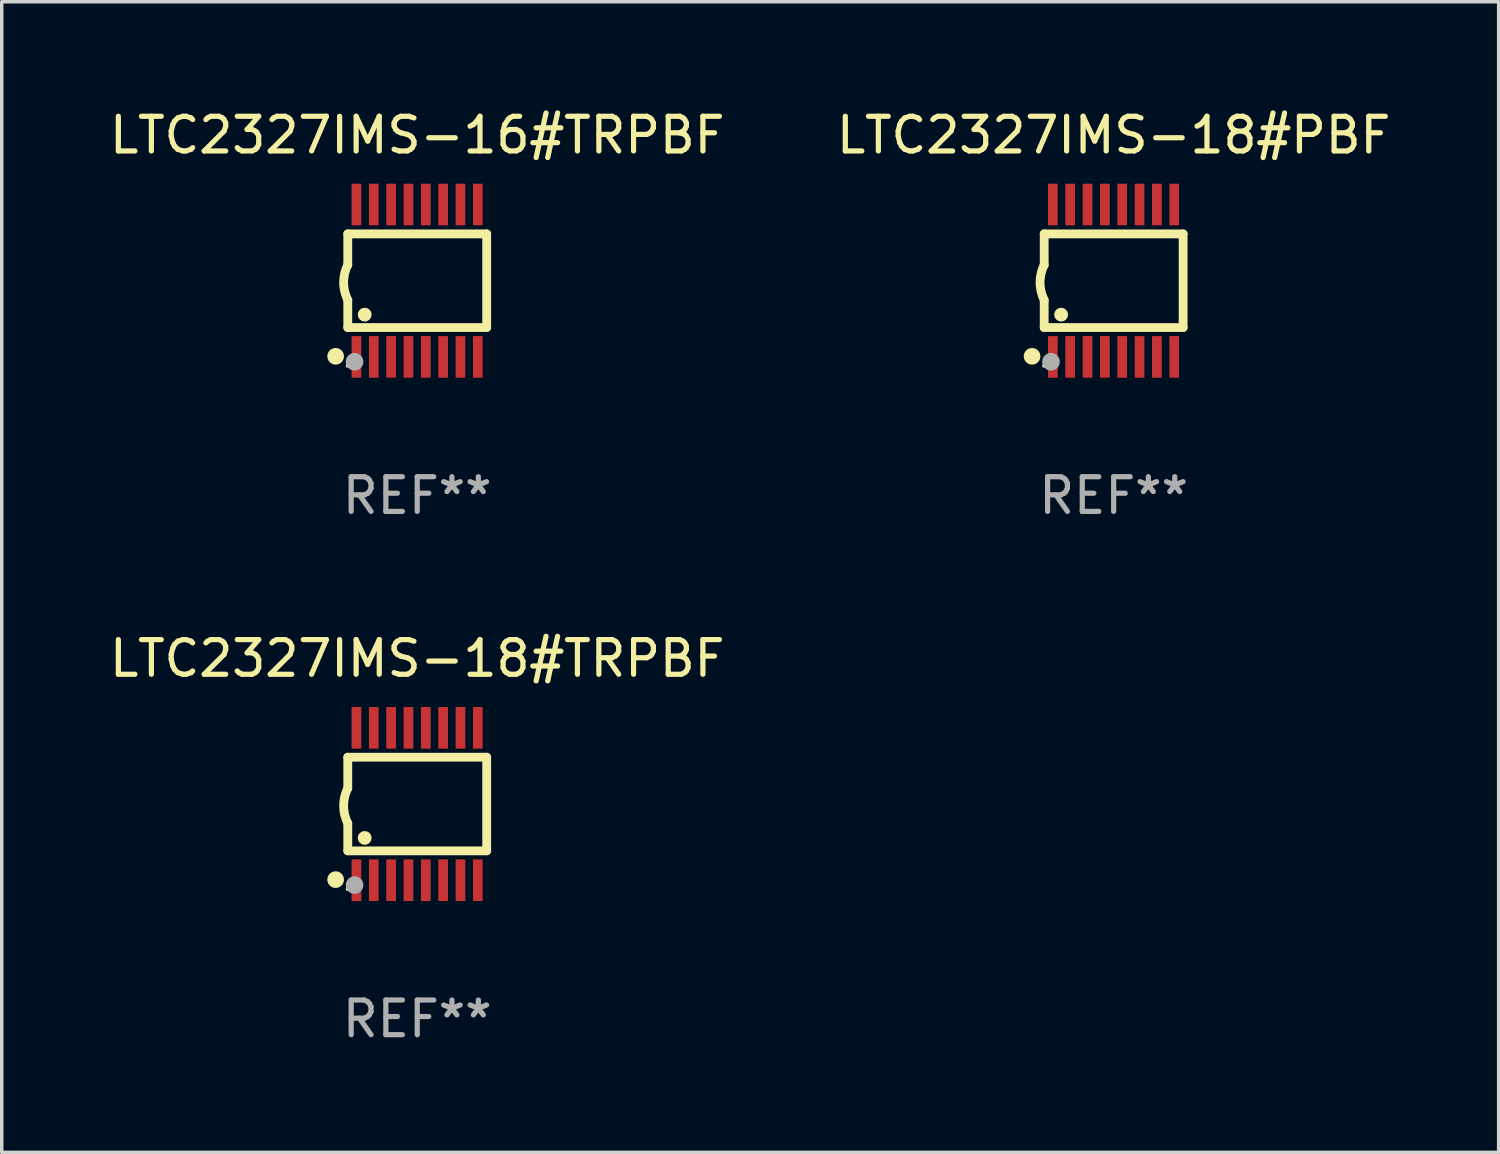
<source format=kicad_pcb>
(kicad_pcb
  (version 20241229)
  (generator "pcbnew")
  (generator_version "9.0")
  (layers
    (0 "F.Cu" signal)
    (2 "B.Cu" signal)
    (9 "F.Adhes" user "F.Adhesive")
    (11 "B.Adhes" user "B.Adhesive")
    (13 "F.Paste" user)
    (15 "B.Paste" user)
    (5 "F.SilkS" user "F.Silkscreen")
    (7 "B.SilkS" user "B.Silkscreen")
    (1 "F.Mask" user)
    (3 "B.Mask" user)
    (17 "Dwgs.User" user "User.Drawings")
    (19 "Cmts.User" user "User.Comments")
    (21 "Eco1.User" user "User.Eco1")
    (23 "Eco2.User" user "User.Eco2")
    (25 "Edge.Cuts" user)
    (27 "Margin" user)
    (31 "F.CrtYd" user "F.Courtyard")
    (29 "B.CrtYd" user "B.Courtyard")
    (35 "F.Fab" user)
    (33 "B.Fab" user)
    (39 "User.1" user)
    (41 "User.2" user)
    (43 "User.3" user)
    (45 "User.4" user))
  (footprint "LTC2327IMS-18#TRPBF"
    (layer "F.Cu")
    (at 8.982 20.136)
    (property "Reference" "LTC2327IMS-18#TRPBF" (at 0 -4.197 0) (layer "F.SilkS") (effects (font (size 1 1) (thickness 0.15))))
    (attr through_hole)
    (fp_line (start -2.003 -1.35) (end -2.003 -0.457) (stroke (width 0.254) (type solid)) (layer "F.SilkS"))
    (fp_line (start -2.003 -1.35) (end 2.003 -1.35) (stroke (width 0.254) (type solid)) (layer "F.SilkS"))
    (fp_line (start -2.003 1.35) (end -2.003 0.559) (stroke (width 0.254) (type solid)) (layer "F.SilkS"))
    (fp_line (start -2.003 1.35) (end 2.003 1.35) (stroke (width 0.254) (type solid)) (layer "F.SilkS"))
    (fp_line (start 2.003 -1.35) (end 2.003 1.35) (stroke (width 0.254) (type solid)) (layer "F.SilkS"))
    (fp_arc (start -2.002286 0.558802) (mid -2.122556 0.05092) (end -2.003302 -0.457201) (stroke (width 0.254001) (type solid)) (layer "F.SilkS"))
    (fp_circle (center -2.353 2.18) (end -2.233 2.18) (stroke (width 0.24) (type solid)) (fill no) (layer "F.SilkS"))
    (fp_circle (center -2.003 2.45) (end -1.973 2.45) (stroke (width 0.06) (type solid)) (fill no) (layer "F.SilkS"))
    (fp_circle (center -1.515 0.978) (end -1.415 0.978) (stroke (width 0.2) (type solid)) (fill no) (layer "F.SilkS"))
    (fp_circle (center -1.807 2.337) (end -1.68 2.337) (stroke (width 0.254) (type solid)) (fill no) (layer "F.Fab"))
    (fp_text user "REF**" (at 0 6.197 0) (layer "F.Fab") (effects (font (size 1 1) (thickness 0.15))))
    (pad "1" smd rect (at -1.753 2.197 90) (size 1.2 0.28) (layers "F.Cu" "F.Mask" "F.Paste"))
    (pad "2" smd rect (at -1.253 2.197 90) (size 1.2 0.28) (layers "F.Cu" "F.Mask" "F.Paste"))
    (pad "3" smd rect (at -0.753 2.197 90) (size 1.2 0.28) (layers "F.Cu" "F.Mask" "F.Paste"))
    (pad "4" smd rect (at -0.253 2.197 90) (size 1.2 0.28) (layers "F.Cu" "F.Mask" "F.Paste"))
    (pad "5" smd rect (at 0.247 2.197 90) (size 1.2 0.28) (layers "F.Cu" "F.Mask" "F.Paste"))
    (pad "6" smd rect (at 0.747 2.197 90) (size 1.2 0.28) (layers "F.Cu" "F.Mask" "F.Paste"))
    (pad "7" smd rect (at 1.247 2.197 90) (size 1.2 0.28) (layers "F.Cu" "F.Mask" "F.Paste"))
    (pad "8" smd rect (at 1.747 2.197 90) (size 1.2 0.28) (layers "F.Cu" "F.Mask" "F.Paste"))
    (pad "9" smd rect (at 1.747 -2.197 90) (size 1.2 0.28) (layers "F.Cu" "F.Mask" "F.Paste"))
    (pad "10" smd rect (at 1.247 -2.197 90) (size 1.2 0.28) (layers "F.Cu" "F.Mask" "F.Paste"))
    (pad "11" smd rect (at 0.747 -2.197 90) (size 1.2 0.28) (layers "F.Cu" "F.Mask" "F.Paste"))
    (pad "12" smd rect (at 0.247 -2.197 90) (size 1.2 0.28) (layers "F.Cu" "F.Mask" "F.Paste"))
    (pad "13" smd rect (at -0.253 -2.197 90) (size 1.2 0.28) (layers "F.Cu" "F.Mask" "F.Paste"))
    (pad "14" smd rect (at -0.753 -2.197 90) (size 1.2 0.28) (layers "F.Cu" "F.Mask" "F.Paste"))
    (pad "15" smd rect (at -1.253 -2.197 90) (size 1.2 0.28) (layers "F.Cu" "F.Mask" "F.Paste"))
    (pad "16" smd rect (at -1.753 -2.197 90) (size 1.2 0.28) (layers "F.Cu" "F.Mask" "F.Paste")))
  (footprint "LTC2327IMS-16#TRPBF"
    (layer "F.Cu")
    (at 8.982 5.045)
    (property "Reference" "LTC2327IMS-16#TRPBF" (at 0 -4.197 0) (layer "F.SilkS") (effects (font (size 1 1) (thickness 0.15))))
    (attr through_hole)
    (fp_line (start -2.003 -1.35) (end -2.003 -0.457) (stroke (width 0.254) (type solid)) (layer "F.SilkS"))
    (fp_line (start -2.003 -1.35) (end 2.003 -1.35) (stroke (width 0.254) (type solid)) (layer "F.SilkS"))
    (fp_line (start -2.003 1.35) (end -2.003 0.559) (stroke (width 0.254) (type solid)) (layer "F.SilkS"))
    (fp_line (start -2.003 1.35) (end 2.003 1.35) (stroke (width 0.254) (type solid)) (layer "F.SilkS"))
    (fp_line (start 2.003 -1.35) (end 2.003 1.35) (stroke (width 0.254) (type solid)) (layer "F.SilkS"))
    (fp_arc (start -2.002286 0.558802) (mid -2.122556 0.05092) (end -2.003302 -0.457201) (stroke (width 0.254001) (type solid)) (layer "F.SilkS"))
    (fp_circle (center -2.353 2.18) (end -2.233 2.18) (stroke (width 0.24) (type solid)) (fill no) (layer "F.SilkS"))
    (fp_circle (center -2.003 2.45) (end -1.973 2.45) (stroke (width 0.06) (type solid)) (fill no) (layer "F.SilkS"))
    (fp_circle (center -1.515 0.978) (end -1.415 0.978) (stroke (width 0.2) (type solid)) (fill no) (layer "F.SilkS"))
    (fp_circle (center -1.807 2.337) (end -1.68 2.337) (stroke (width 0.254) (type solid)) (fill no) (layer "F.Fab"))
    (fp_text user "REF**" (at 0 6.197 0) (layer "F.Fab") (effects (font (size 1 1) (thickness 0.15))))
    (pad "1" smd rect (at -1.753 2.197 90) (size 1.2 0.28) (layers "F.Cu" "F.Mask" "F.Paste"))
    (pad "2" smd rect (at -1.253 2.197 90) (size 1.2 0.28) (layers "F.Cu" "F.Mask" "F.Paste"))
    (pad "3" smd rect (at -0.753 2.197 90) (size 1.2 0.28) (layers "F.Cu" "F.Mask" "F.Paste"))
    (pad "4" smd rect (at -0.253 2.197 90) (size 1.2 0.28) (layers "F.Cu" "F.Mask" "F.Paste"))
    (pad "5" smd rect (at 0.247 2.197 90) (size 1.2 0.28) (layers "F.Cu" "F.Mask" "F.Paste"))
    (pad "6" smd rect (at 0.747 2.197 90) (size 1.2 0.28) (layers "F.Cu" "F.Mask" "F.Paste"))
    (pad "7" smd rect (at 1.247 2.197 90) (size 1.2 0.28) (layers "F.Cu" "F.Mask" "F.Paste"))
    (pad "8" smd rect (at 1.747 2.197 90) (size 1.2 0.28) (layers "F.Cu" "F.Mask" "F.Paste"))
    (pad "9" smd rect (at 1.747 -2.197 90) (size 1.2 0.28) (layers "F.Cu" "F.Mask" "F.Paste"))
    (pad "10" smd rect (at 1.247 -2.197 90) (size 1.2 0.28) (layers "F.Cu" "F.Mask" "F.Paste"))
    (pad "11" smd rect (at 0.747 -2.197 90) (size 1.2 0.28) (layers "F.Cu" "F.Mask" "F.Paste"))
    (pad "12" smd rect (at 0.247 -2.197 90) (size 1.2 0.28) (layers "F.Cu" "F.Mask" "F.Paste"))
    (pad "13" smd rect (at -0.253 -2.197 90) (size 1.2 0.28) (layers "F.Cu" "F.Mask" "F.Paste"))
    (pad "14" smd rect (at -0.753 -2.197 90) (size 1.2 0.28) (layers "F.Cu" "F.Mask" "F.Paste"))
    (pad "15" smd rect (at -1.253 -2.197 90) (size 1.2 0.28) (layers "F.Cu" "F.Mask" "F.Paste"))
    (pad "16" smd rect (at -1.753 -2.197 90) (size 1.2 0.28) (layers "F.Cu" "F.Mask" "F.Paste")))
  (footprint "LTC2327IMS-18#PBF"
    (layer "F.Cu")
    (at 29.065 5.045)
    (property "Reference" "LTC2327IMS-18#PBF" (at 0 -4.197 0) (layer "F.SilkS") (effects (font (size 1 1) (thickness 0.15))))
    (attr through_hole)
    (fp_line (start -2.003 -1.35) (end -2.003 -0.457) (stroke (width 0.254) (type solid)) (layer "F.SilkS"))
    (fp_line (start -2.003 -1.35) (end 2.003 -1.35) (stroke (width 0.254) (type solid)) (layer "F.SilkS"))
    (fp_line (start -2.003 1.35) (end -2.003 0.559) (stroke (width 0.254) (type solid)) (layer "F.SilkS"))
    (fp_line (start -2.003 1.35) (end 2.003 1.35) (stroke (width 0.254) (type solid)) (layer "F.SilkS"))
    (fp_line (start 2.003 -1.35) (end 2.003 1.35) (stroke (width 0.254) (type solid)) (layer "F.SilkS"))
    (fp_arc (start -2.002286 0.558802) (mid -2.122556 0.05092) (end -2.003302 -0.457201) (stroke (width 0.254001) (type solid)) (layer "F.SilkS"))
    (fp_circle (center -2.353 2.18) (end -2.233 2.18) (stroke (width 0.24) (type solid)) (fill no) (layer "F.SilkS"))
    (fp_circle (center -2.003 2.45) (end -1.973 2.45) (stroke (width 0.06) (type solid)) (fill no) (layer "F.SilkS"))
    (fp_circle (center -1.515 0.978) (end -1.415 0.978) (stroke (width 0.2) (type solid)) (fill no) (layer "F.SilkS"))
    (fp_circle (center -1.807 2.337) (end -1.68 2.337) (stroke (width 0.254) (type solid)) (fill no) (layer "F.Fab"))
    (fp_text user "REF**" (at 0 6.197 0) (layer "F.Fab") (effects (font (size 1 1) (thickness 0.15))))
    (pad "1" smd rect (at -1.753 2.197 90) (size 1.2 0.28) (layers "F.Cu" "F.Mask" "F.Paste"))
    (pad "2" smd rect (at -1.253 2.197 90) (size 1.2 0.28) (layers "F.Cu" "F.Mask" "F.Paste"))
    (pad "3" smd rect (at -0.753 2.197 90) (size 1.2 0.28) (layers "F.Cu" "F.Mask" "F.Paste"))
    (pad "4" smd rect (at -0.253 2.197 90) (size 1.2 0.28) (layers "F.Cu" "F.Mask" "F.Paste"))
    (pad "5" smd rect (at 0.247 2.197 90) (size 1.2 0.28) (layers "F.Cu" "F.Mask" "F.Paste"))
    (pad "6" smd rect (at 0.747 2.197 90) (size 1.2 0.28) (layers "F.Cu" "F.Mask" "F.Paste"))
    (pad "7" smd rect (at 1.247 2.197 90) (size 1.2 0.28) (layers "F.Cu" "F.Mask" "F.Paste"))
    (pad "8" smd rect (at 1.747 2.197 90) (size 1.2 0.28) (layers "F.Cu" "F.Mask" "F.Paste"))
    (pad "9" smd rect (at 1.747 -2.197 90) (size 1.2 0.28) (layers "F.Cu" "F.Mask" "F.Paste"))
    (pad "10" smd rect (at 1.247 -2.197 90) (size 1.2 0.28) (layers "F.Cu" "F.Mask" "F.Paste"))
    (pad "11" smd rect (at 0.747 -2.197 90) (size 1.2 0.28) (layers "F.Cu" "F.Mask" "F.Paste"))
    (pad "12" smd rect (at 0.247 -2.197 90) (size 1.2 0.28) (layers "F.Cu" "F.Mask" "F.Paste"))
    (pad "13" smd rect (at -0.253 -2.197 90) (size 1.2 0.28) (layers "F.Cu" "F.Mask" "F.Paste"))
    (pad "14" smd rect (at -0.753 -2.197 90) (size 1.2 0.28) (layers "F.Cu" "F.Mask" "F.Paste"))
    (pad "15" smd rect (at -1.253 -2.197 90) (size 1.2 0.28) (layers "F.Cu" "F.Mask" "F.Paste"))
    (pad "16" smd rect (at -1.753 -2.197 90) (size 1.2 0.28) (layers "F.Cu" "F.Mask" "F.Paste")))
  (gr_rect
    (start -3 -3)
    (end 40.167 30.181)
    (stroke (width 0.1) (type default))
    (fill no)
    (layer "Edge.Cuts")))
</source>
